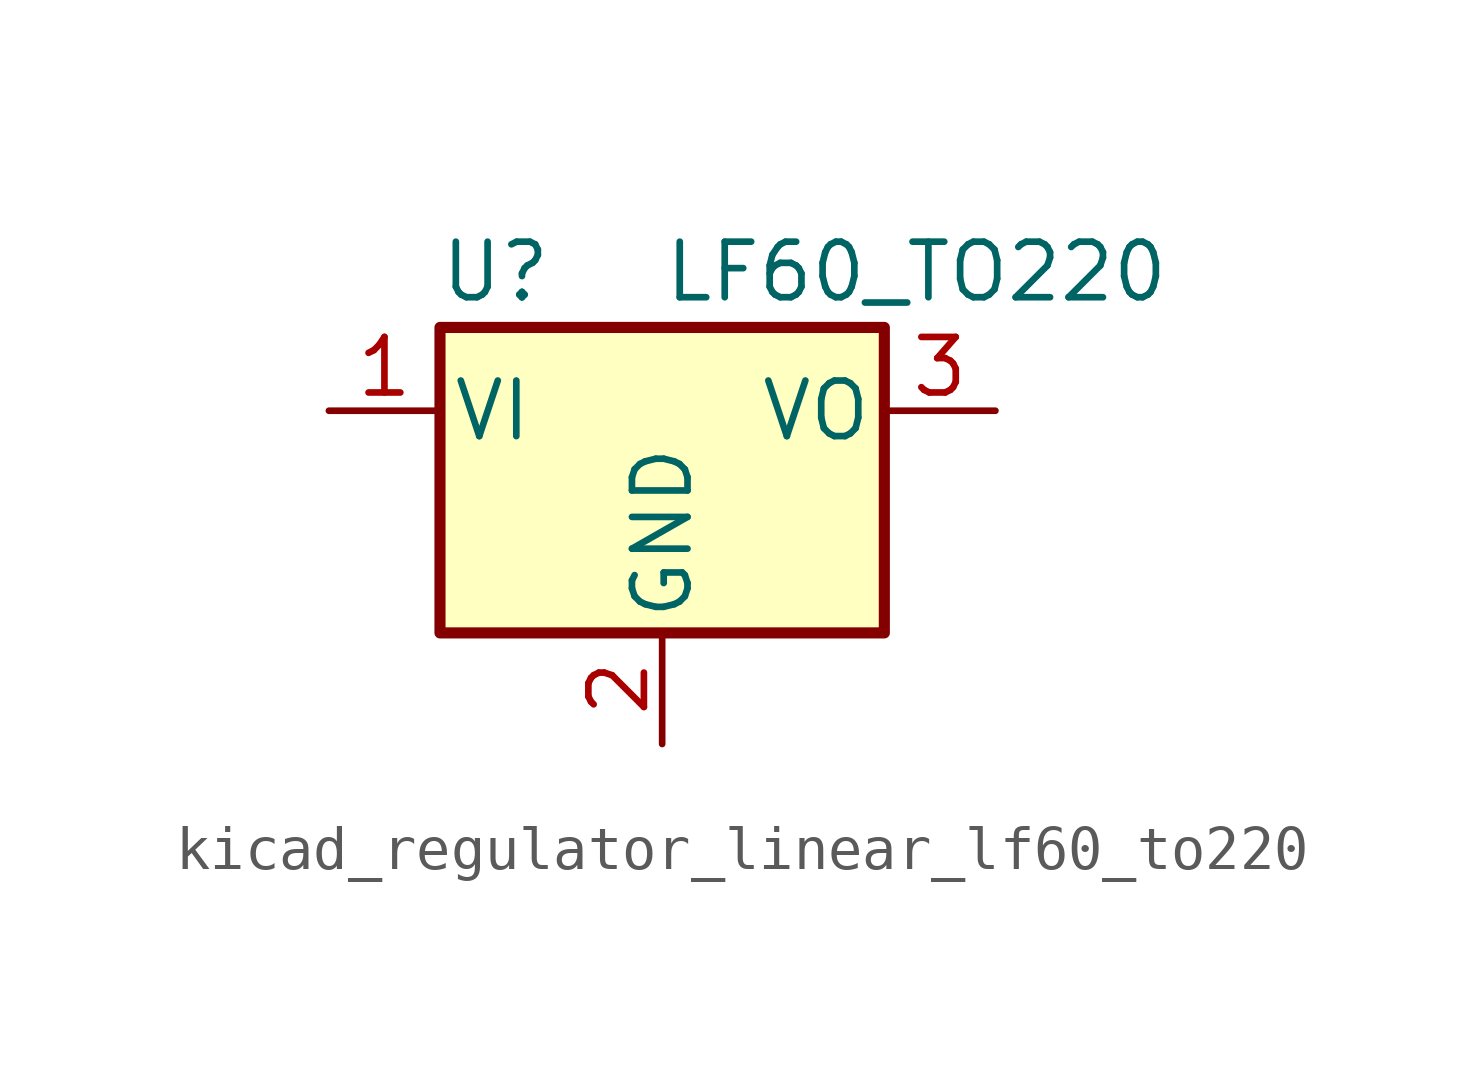
<source format=kicad_sym>
(kicad_symbol_lib
  (version 20220914)
  (generator kicad_symbol_editor)
  (symbol "kicad_regulator_linear_lf60_to220"
    (pin_names
      (offset 0.254))
    (property "Reference" "U"
      (at -3.81 3.175 0)
      (effects (font (size 1.27 1.27))))
    (property "Value" "LF60_TO220"
      (at 0 3.175 0)
      (effects (font (size 1.27 1.27)) (justify left)))
    (symbol "kicad_regulator_linear_lf60_to220_0_1"
      (rectangle (start -5.08 1.905) (end 5.08 -5.08) (stroke (width 0.254) (type default)) (fill (type background))))
    (symbol "kicad_regulator_linear_lf60_to220_1_1"
      (pin power_in line (at -7.62 0 0) (length 2.54) (name "VI" (effects (font (size 1.27 1.27)))) (number "1" (effects (font (size 1.27 1.27)))))
      (pin power_in line (at 0 -7.62 90) (length 2.54) (name "GND" (effects (font (size 1.27 1.27)))) (number "2" (effects (font (size 1.27 1.27)))))
      (pin power_out line (at 7.62 0 180) (length 2.54) (name "VO" (effects (font (size 1.27 1.27)))) (number "3" (effects (font (size 1.27 1.27))))))))
</source>
